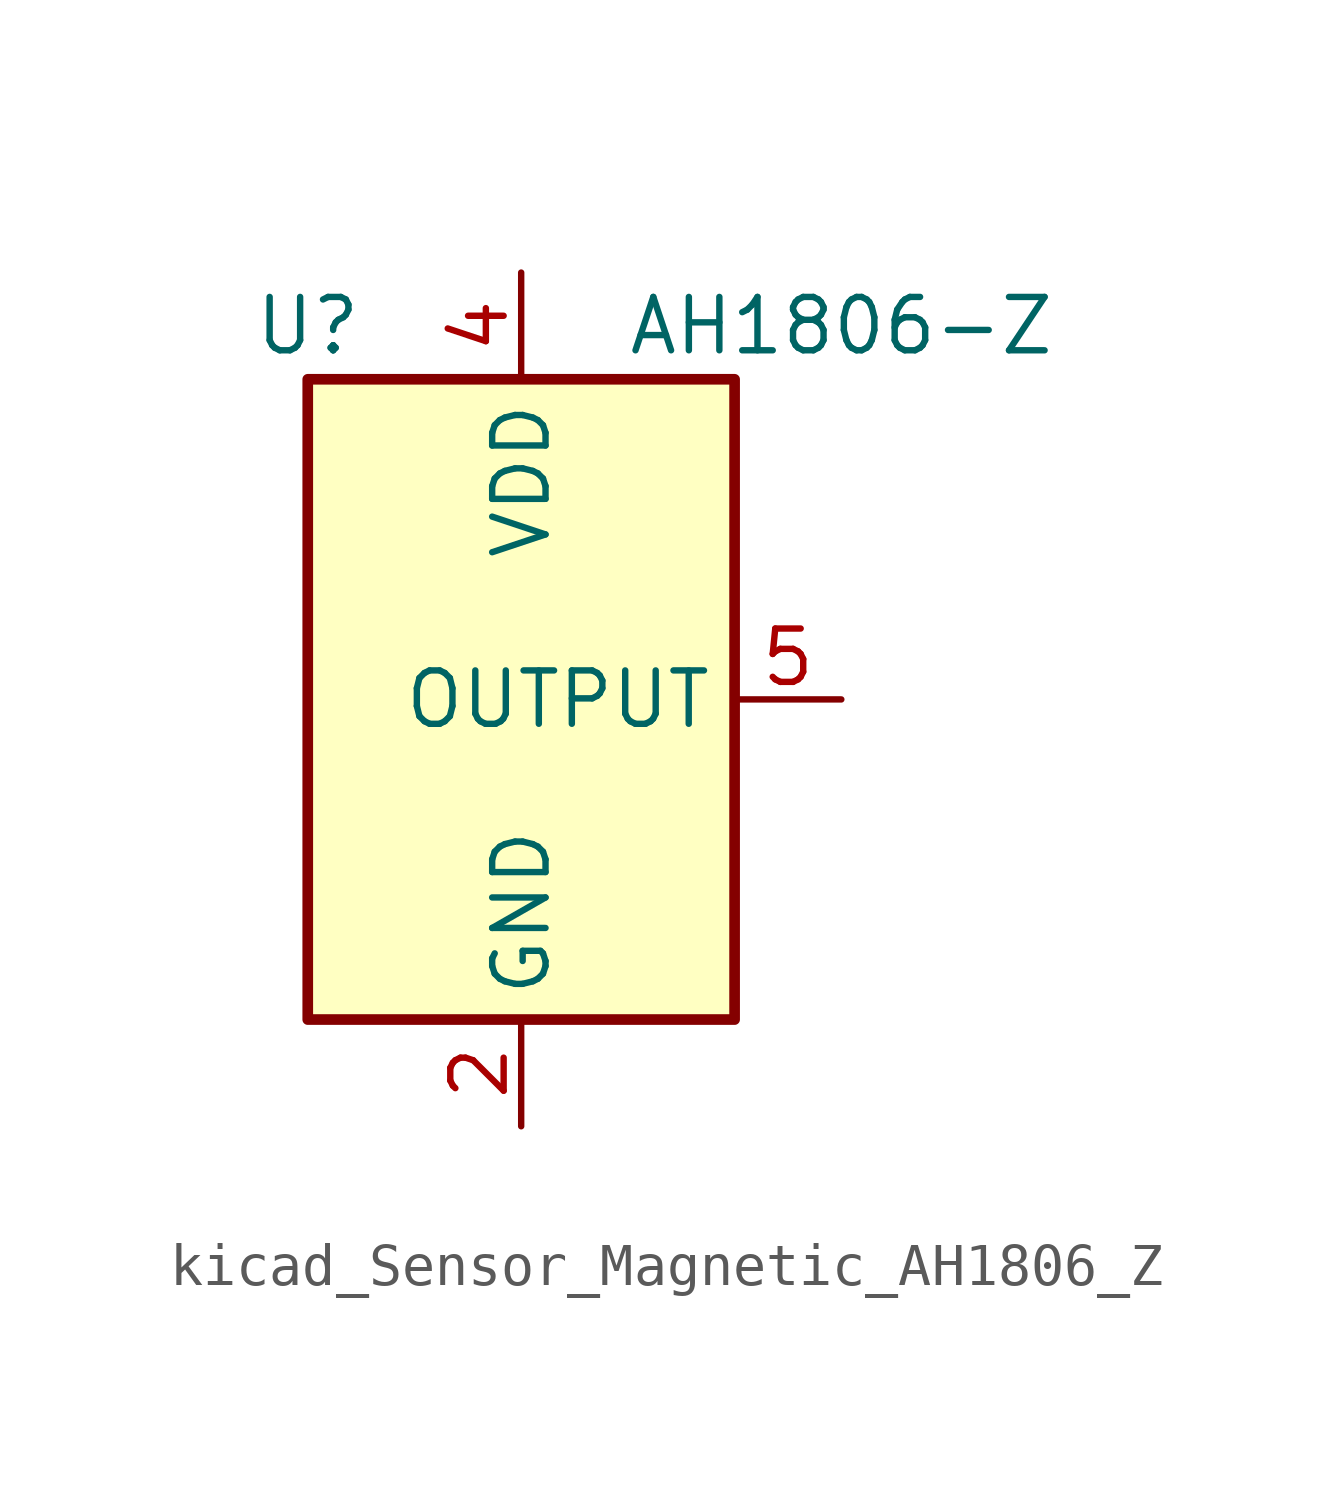
<source format=kicad_sym>
(kicad_symbol_lib
  (version 20220914)
  (generator kicad_symbol_editor)
  (symbol "kicad_Sensor_Magnetic_AH1806_Z"
    (property "Reference" "U"
      (at -5.08 8.89 0)
      (effects (font (size 1.27 1.27))))
    (property "Value" "AH1806-Z"
      (at 7.62 8.89 0)
      (effects (font (size 1.27 1.27))))
    (symbol "kicad_Sensor_Magnetic_AH1806_Z_0_1"
      (rectangle (start 5.08 7.62) (end -5.08 -7.62) (stroke (width 0.254) (type default)) (fill (type background))))
    (symbol "kicad_Sensor_Magnetic_AH1806_Z_1_1"
      (pin no_connect line (at 5.08 2.54 180) (length 2.54) hide (name "NC" (effects (font (size 1.27 1.27)))) (number "1" (effects (font (size 1.27 1.27)))))
      (pin power_in line (at 0 -10.16 90) (length 2.54) (name "GND" (effects (font (size 1.27 1.27)))) (number "2" (effects (font (size 1.27 1.27)))))
      (pin no_connect line (at 5.08 -2.54 180) (length 2.54) hide (name "NC" (effects (font (size 1.27 1.27)))) (number "3" (effects (font (size 1.27 1.27)))))
      (pin power_in line (at 0 10.16 270) (length 2.54) (name "VDD" (effects (font (size 1.27 1.27)))) (number "4" (effects (font (size 1.27 1.27)))))
      (pin open_collector line (at 7.62 0 180) (length 2.54) (name "OUTPUT" (effects (font (size 1.27 1.27)))) (number "5" (effects (font (size 1.27 1.27))))))))
</source>
